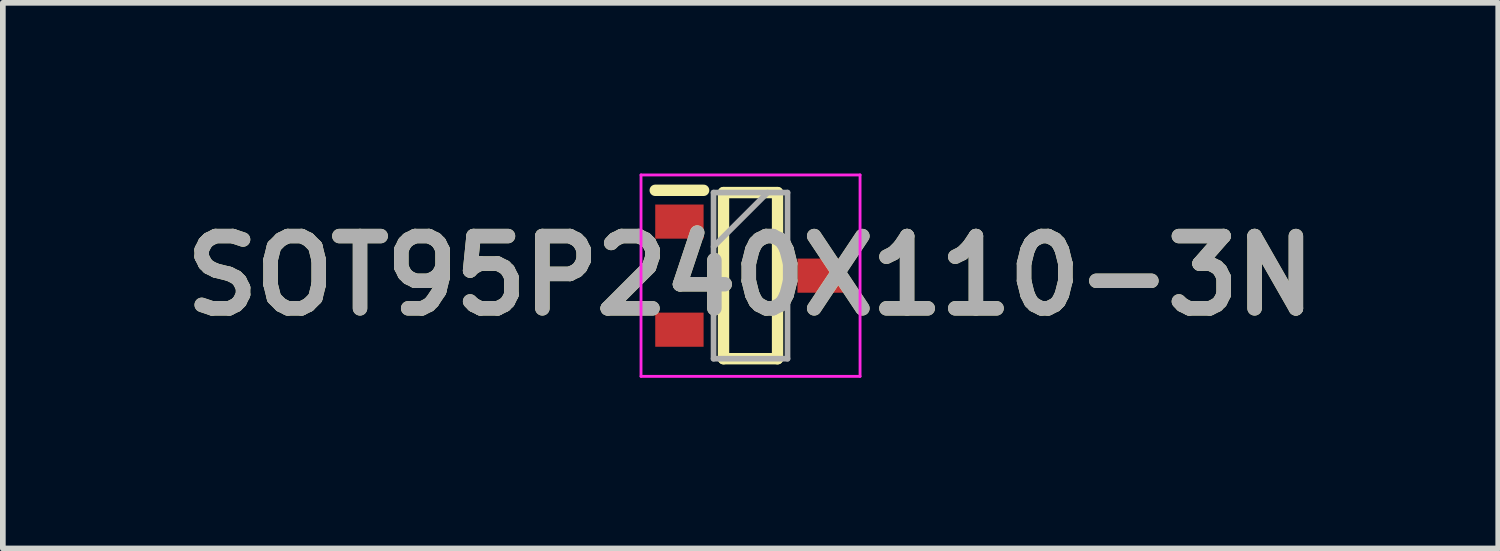
<source format=kicad_pcb>
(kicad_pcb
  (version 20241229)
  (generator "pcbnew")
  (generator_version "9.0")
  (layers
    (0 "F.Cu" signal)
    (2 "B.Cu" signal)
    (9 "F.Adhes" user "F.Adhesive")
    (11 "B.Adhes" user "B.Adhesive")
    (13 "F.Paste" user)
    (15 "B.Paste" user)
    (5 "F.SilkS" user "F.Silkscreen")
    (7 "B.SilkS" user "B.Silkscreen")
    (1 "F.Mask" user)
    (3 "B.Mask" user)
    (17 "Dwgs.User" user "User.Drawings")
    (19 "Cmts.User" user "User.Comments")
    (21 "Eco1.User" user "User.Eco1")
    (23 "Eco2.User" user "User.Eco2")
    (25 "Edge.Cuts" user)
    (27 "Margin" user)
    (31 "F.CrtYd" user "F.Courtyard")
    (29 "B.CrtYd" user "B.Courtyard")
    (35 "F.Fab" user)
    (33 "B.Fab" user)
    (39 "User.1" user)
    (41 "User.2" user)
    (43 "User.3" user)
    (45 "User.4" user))
  (footprint "SOT95P240X110-3N"
    (layer "F.Cu")
    (at 10.142 1.795)
    (property "Reference" "SOT95P240X110-3N" (at 0 0 0) (layer "F.SilkS") (effects (font (size 1.27 1.27) (thickness 0.254))))
    (attr smd)
    (fp_line (start -1.675 -1.5) (end -0.825 -1.5) (stroke (width 0.2) (type solid)) (layer "F.SilkS"))
    (fp_line (start -0.475 -1.46) (end 0.475 -1.46) (stroke (width 0.2) (type solid)) (layer "F.SilkS"))
    (fp_line (start -0.475 1.46) (end -0.475 -1.46) (stroke (width 0.2) (type solid)) (layer "F.SilkS"))
    (fp_line (start 0.475 -1.46) (end 0.475 1.46) (stroke (width 0.2) (type solid)) (layer "F.SilkS"))
    (fp_line (start 0.475 1.46) (end -0.475 1.46) (stroke (width 0.2) (type solid)) (layer "F.SilkS"))
    (fp_line (start -1.925 -1.77) (end 1.925 -1.77) (stroke (width 0.05) (type solid)) (layer "F.CrtYd"))
    (fp_line (start -1.925 1.77) (end -1.925 -1.77) (stroke (width 0.05) (type solid)) (layer "F.CrtYd"))
    (fp_line (start 1.925 -1.77) (end 1.925 1.77) (stroke (width 0.05) (type solid)) (layer "F.CrtYd"))
    (fp_line (start 1.925 1.77) (end -1.925 1.77) (stroke (width 0.05) (type solid)) (layer "F.CrtYd"))
    (fp_line (start -0.65 -1.46) (end 0.65 -1.46) (stroke (width 0.1) (type solid)) (layer "F.Fab"))
    (fp_line (start -0.65 -0.51) (end 0.3 -1.46) (stroke (width 0.1) (type solid)) (layer "F.Fab"))
    (fp_line (start -0.65 1.46) (end -0.65 -1.46) (stroke (width 0.1) (type solid)) (layer "F.Fab"))
    (fp_line (start 0.65 -1.46) (end 0.65 1.46) (stroke (width 0.1) (type solid)) (layer "F.Fab"))
    (fp_line (start 0.65 1.46) (end -0.65 1.46) (stroke (width 0.1) (type solid)) (layer "F.Fab"))
    (fp_text user "${REFERENCE}" (at 0 0 0) (layer "F.Fab") (effects (font (size 1.27 1.27) (thickness 0.254))))
    (pad "1" smd rect (at -1.25 -0.95 90) (size 0.6 0.85) (layers "F.Cu" "F.Mask" "F.Paste"))
    (pad "2" smd rect (at -1.25 0.95 90) (size 0.6 0.85) (layers "F.Cu" "F.Mask" "F.Paste"))
    (pad "3" smd rect (at 1.25 0 90) (size 0.6 0.85) (layers "F.Cu" "F.Mask" "F.Paste")))
  (gr_rect
    (start -3 -3)
    (end 23.284 6.59)
    (stroke (width 0.1) (type default))
    (fill no)
    (layer "Edge.Cuts")))
</source>
